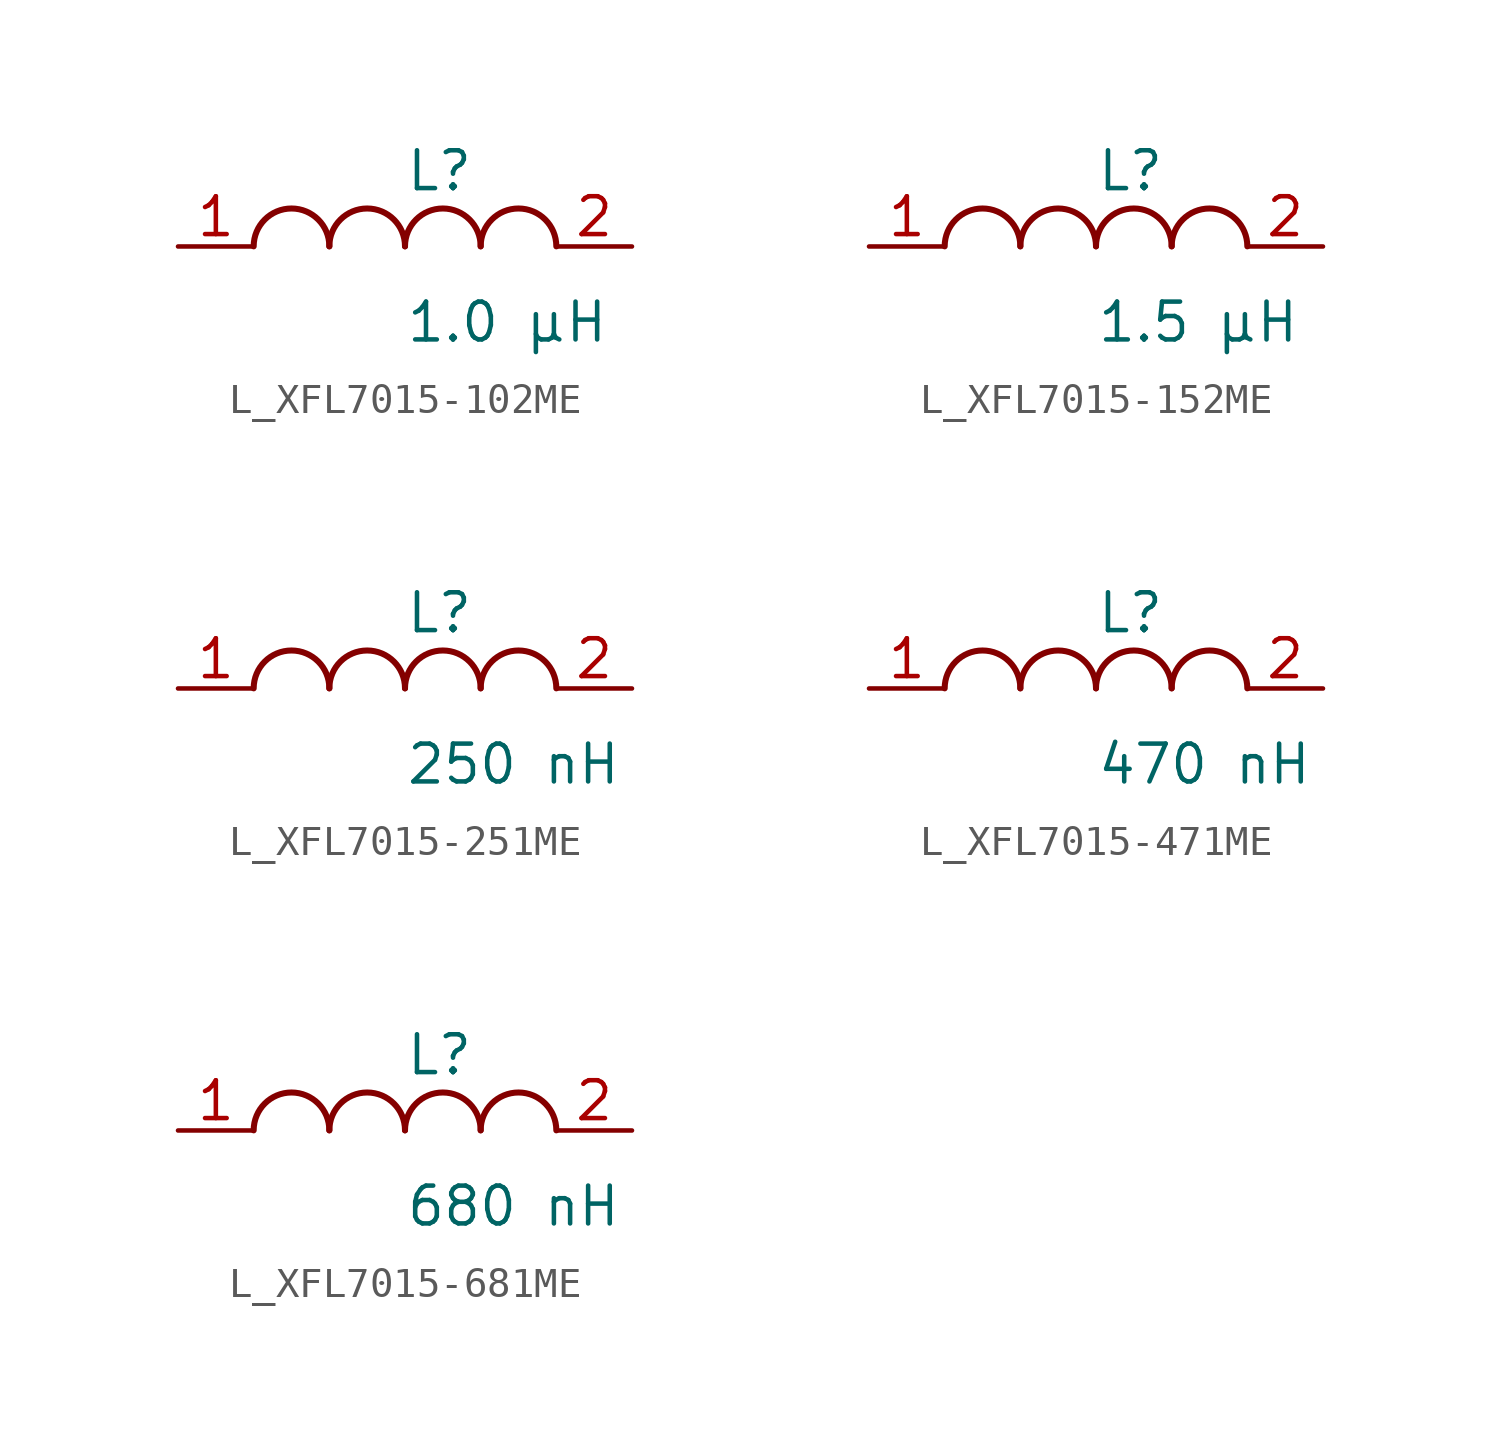
<source format=kicad_sym>
(kicad_symbol_lib
  (version 20231120)
  (generator kicad_symbol_editor)
  (generator_version 8.0)
  (symbol "L_XFL7015-102ME"
    (pin_names
      (offset 0.254))
    (property "Reference" "L"
      (at 0 2.54 0)
      (effects (font (size 1.27 1.27)) (justify left)))
    (property "Value" "1.0 µH"
      (at 0 -2.54 0)
      (effects (font (size 1.27 1.27)) (justify left)))
    (symbol "L_XFL7015-102ME_1_1"
      (arc (start -2.54 0.0056) (mid -3.81 1.27) (end -5.08 0.0056) (stroke (width 0.2032) (type default)) (fill (type none)))
      (arc (start 0 0.0056) (mid -1.27 1.27) (end -2.54 0.0056) (stroke (width 0.2032) (type default)) (fill (type none)))
      (arc (start 2.54 0.0056) (mid 1.27 1.27) (end 0 0.0056) (stroke (width 0.2032) (type default)) (fill (type none)))
      (arc (start 5.08 0.0056) (mid 3.81 1.27) (end 2.54 0.0056) (stroke (width 0.2032) (type default)) (fill (type none)))
      (pin passive line (at -7.62 0 0) (length 2.54) (name "" (effects (font (size 1.27 1.27)))) (number "1" (effects (font (size 1.27 1.27)))))
      (pin passive line (at 7.62 0 180) (length 2.54) (name "" (effects (font (size 1.27 1.27)))) (number "2" (effects (font (size 1.27 1.27)))))))
  (symbol "L_XFL7015-152ME"
    (pin_names
      (offset 0.254))
    (property "Reference" "L"
      (at 0 2.54 0)
      (effects (font (size 1.27 1.27)) (justify left)))
    (property "Value" "1.5 µH"
      (at 0 -2.54 0)
      (effects (font (size 1.27 1.27)) (justify left)))
    (symbol "L_XFL7015-152ME_1_1"
      (arc (start -2.54 0.0056) (mid -3.81 1.27) (end -5.08 0.0056) (stroke (width 0.2032) (type default)) (fill (type none)))
      (arc (start 0 0.0056) (mid -1.27 1.27) (end -2.54 0.0056) (stroke (width 0.2032) (type default)) (fill (type none)))
      (arc (start 2.54 0.0056) (mid 1.27 1.27) (end 0 0.0056) (stroke (width 0.2032) (type default)) (fill (type none)))
      (arc (start 5.08 0.0056) (mid 3.81 1.27) (end 2.54 0.0056) (stroke (width 0.2032) (type default)) (fill (type none)))
      (pin passive line (at -7.62 0 0) (length 2.54) (name "" (effects (font (size 1.27 1.27)))) (number "1" (effects (font (size 1.27 1.27)))))
      (pin passive line (at 7.62 0 180) (length 2.54) (name "" (effects (font (size 1.27 1.27)))) (number "2" (effects (font (size 1.27 1.27)))))))
  (symbol "L_XFL7015-251ME"
    (pin_names
      (offset 0.254))
    (property "Reference" "L"
      (at 0 2.54 0)
      (effects (font (size 1.27 1.27)) (justify left)))
    (property "Value" "250 nH"
      (at 0 -2.54 0)
      (effects (font (size 1.27 1.27)) (justify left)))
    (symbol "L_XFL7015-251ME_1_1"
      (arc (start -2.54 0.0056) (mid -3.81 1.27) (end -5.08 0.0056) (stroke (width 0.2032) (type default)) (fill (type none)))
      (arc (start 0 0.0056) (mid -1.27 1.27) (end -2.54 0.0056) (stroke (width 0.2032) (type default)) (fill (type none)))
      (arc (start 2.54 0.0056) (mid 1.27 1.27) (end 0 0.0056) (stroke (width 0.2032) (type default)) (fill (type none)))
      (arc (start 5.08 0.0056) (mid 3.81 1.27) (end 2.54 0.0056) (stroke (width 0.2032) (type default)) (fill (type none)))
      (pin passive line (at -7.62 0 0) (length 2.54) (name "" (effects (font (size 1.27 1.27)))) (number "1" (effects (font (size 1.27 1.27)))))
      (pin passive line (at 7.62 0 180) (length 2.54) (name "" (effects (font (size 1.27 1.27)))) (number "2" (effects (font (size 1.27 1.27)))))))
  (symbol "L_XFL7015-471ME"
    (pin_names
      (offset 0.254))
    (property "Reference" "L"
      (at 0 2.54 0)
      (effects (font (size 1.27 1.27)) (justify left)))
    (property "Value" "470 nH"
      (at 0 -2.54 0)
      (effects (font (size 1.27 1.27)) (justify left)))
    (symbol "L_XFL7015-471ME_1_1"
      (arc (start -2.54 0.0056) (mid -3.81 1.27) (end -5.08 0.0056) (stroke (width 0.2032) (type default)) (fill (type none)))
      (arc (start 0 0.0056) (mid -1.27 1.27) (end -2.54 0.0056) (stroke (width 0.2032) (type default)) (fill (type none)))
      (arc (start 2.54 0.0056) (mid 1.27 1.27) (end 0 0.0056) (stroke (width 0.2032) (type default)) (fill (type none)))
      (arc (start 5.08 0.0056) (mid 3.81 1.27) (end 2.54 0.0056) (stroke (width 0.2032) (type default)) (fill (type none)))
      (pin passive line (at -7.62 0 0) (length 2.54) (name "" (effects (font (size 1.27 1.27)))) (number "1" (effects (font (size 1.27 1.27)))))
      (pin passive line (at 7.62 0 180) (length 2.54) (name "" (effects (font (size 1.27 1.27)))) (number "2" (effects (font (size 1.27 1.27)))))))
  (symbol "L_XFL7015-681ME"
    (pin_names
      (offset 0.254))
    (property "Reference" "L"
      (at 0 2.54 0)
      (effects (font (size 1.27 1.27)) (justify left)))
    (property "Value" "680 nH"
      (at 0 -2.54 0)
      (effects (font (size 1.27 1.27)) (justify left)))
    (symbol "L_XFL7015-681ME_1_1"
      (arc (start -2.54 0.0056) (mid -3.81 1.27) (end -5.08 0.0056) (stroke (width 0.2032) (type default)) (fill (type none)))
      (arc (start 0 0.0056) (mid -1.27 1.27) (end -2.54 0.0056) (stroke (width 0.2032) (type default)) (fill (type none)))
      (arc (start 2.54 0.0056) (mid 1.27 1.27) (end 0 0.0056) (stroke (width 0.2032) (type default)) (fill (type none)))
      (arc (start 5.08 0.0056) (mid 3.81 1.27) (end 2.54 0.0056) (stroke (width 0.2032) (type default)) (fill (type none)))
      (pin passive line (at -7.62 0 0) (length 2.54) (name "" (effects (font (size 1.27 1.27)))) (number "1" (effects (font (size 1.27 1.27)))))
      (pin passive line (at 7.62 0 180) (length 2.54) (name "" (effects (font (size 1.27 1.27)))) (number "2" (effects (font (size 1.27 1.27))))))))
</source>
